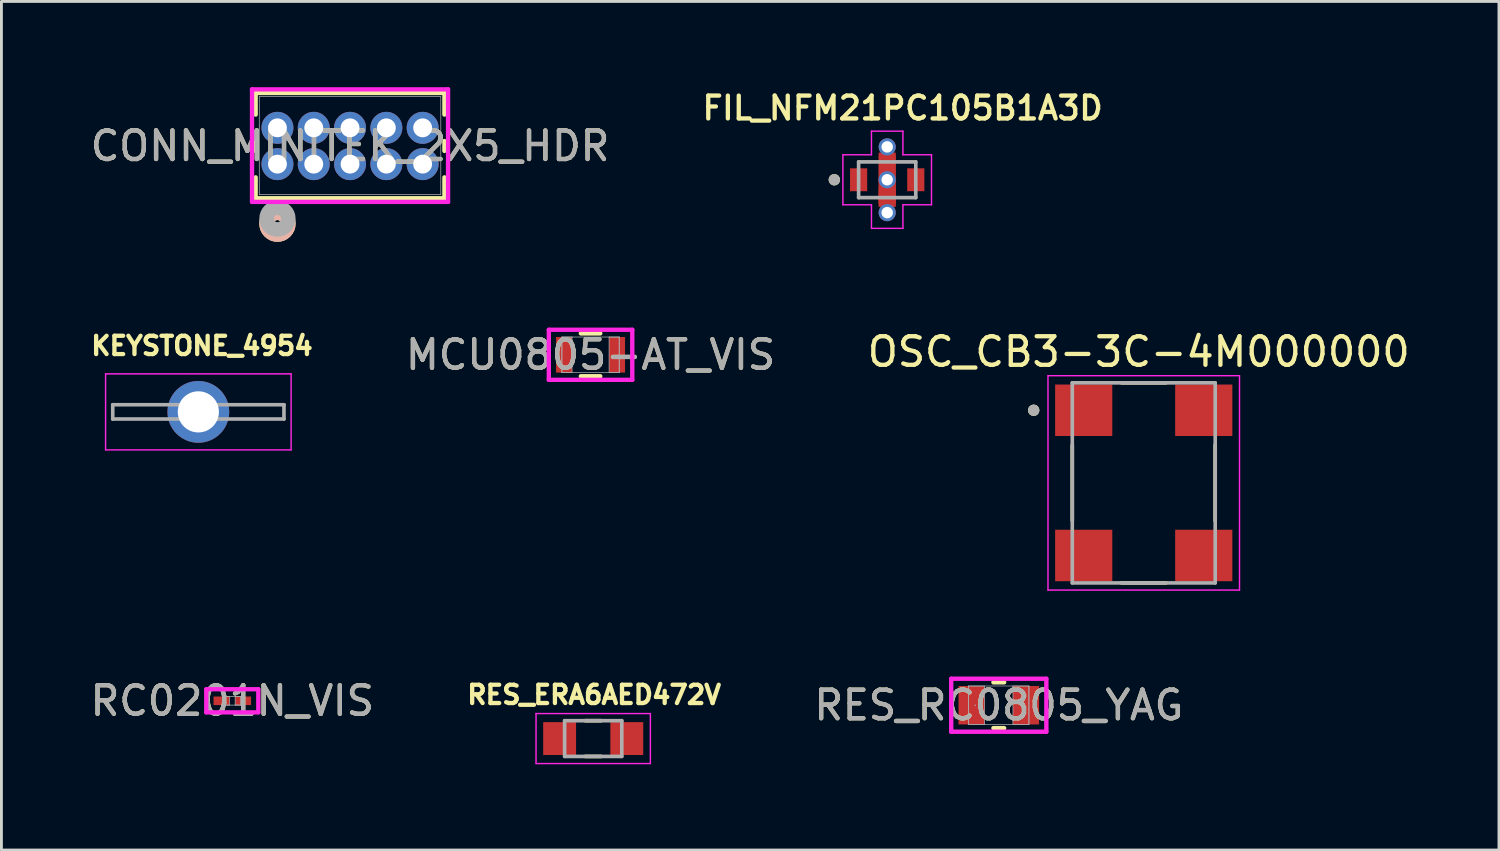
<source format=kicad_pcb>
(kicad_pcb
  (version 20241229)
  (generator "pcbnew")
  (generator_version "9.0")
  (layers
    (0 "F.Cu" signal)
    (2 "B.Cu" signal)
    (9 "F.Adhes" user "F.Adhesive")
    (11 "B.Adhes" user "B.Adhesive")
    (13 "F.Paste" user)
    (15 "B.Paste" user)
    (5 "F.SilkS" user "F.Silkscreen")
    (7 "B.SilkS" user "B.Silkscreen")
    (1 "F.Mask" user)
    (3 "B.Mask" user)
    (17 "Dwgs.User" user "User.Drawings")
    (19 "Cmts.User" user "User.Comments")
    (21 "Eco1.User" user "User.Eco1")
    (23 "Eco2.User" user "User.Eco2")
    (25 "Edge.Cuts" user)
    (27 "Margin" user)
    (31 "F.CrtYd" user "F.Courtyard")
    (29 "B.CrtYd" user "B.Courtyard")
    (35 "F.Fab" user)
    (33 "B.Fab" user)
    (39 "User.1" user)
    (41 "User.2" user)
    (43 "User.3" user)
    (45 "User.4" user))
  (footprint "RES_ERA6AED472V"
    (layer "F.Cu")
    (at 17.703 22.788)
    (property "Reference" "RES_ERA6AED472V" (at 0.032 -1.531 0) (layer "F.SilkS") (effects (font (size 0.64 0.64) (thickness 0.15))))
    (attr smd)
    (fp_line (start -0.28 -0.625) (end 0.28 -0.625) (stroke (width 0.127) (type solid)) (layer "F.SilkS"))
    (fp_line (start -0.28 0.625) (end 0.28 0.625) (stroke (width 0.127) (type solid)) (layer "F.SilkS"))
    (fp_line (start -2 -0.875) (end -2 0.875) (stroke (width 0.05) (type solid)) (layer "F.CrtYd"))
    (fp_line (start -2 0.875) (end 2 0.875) (stroke (width 0.05) (type solid)) (layer "F.CrtYd"))
    (fp_line (start 2 -0.875) (end -2 -0.875) (stroke (width 0.05) (type solid)) (layer "F.CrtYd"))
    (fp_line (start 2 0.875) (end 2 -0.875) (stroke (width 0.05) (type solid)) (layer "F.CrtYd"))
    (fp_line (start -1 -0.625) (end -1 0.625) (stroke (width 0.127) (type solid)) (layer "F.Fab"))
    (fp_line (start -1 -0.625) (end 1 -0.625) (stroke (width 0.127) (type solid)) (layer "F.Fab"))
    (fp_line (start -1 0.625) (end 1 0.625) (stroke (width 0.127) (type solid)) (layer "F.Fab"))
    (fp_line (start 1 -0.625) (end 1 0.625) (stroke (width 0.127) (type solid)) (layer "F.Fab"))
    (pad "1" smd rect (at -1.175 0) (size 1.15 1.15) (layers "F.Cu" "F.Mask" "F.Paste"))
    (pad "2" smd rect (at 1.175 0) (size 1.15 1.15) (layers "F.Cu" "F.Mask" "F.Paste")))
  (footprint "MCU0805-AT_VIS"
    (layer "F.Cu")
    (at 17.61 9.363)
    (property "Reference" "MCU0805-AT_VIS" (at 0 0 0) (unlocked yes) (layer "F.SilkS") (effects (font (size 1 1) (thickness 0.15))))
    (attr smd)
    (fp_line (start -0.34 0.749) (end 0.34 0.749) (stroke (width 0.152) (type solid)) (layer "F.SilkS"))
    (fp_line (start 0.34 -0.749) (end -0.34 -0.749) (stroke (width 0.152) (type solid)) (layer "F.SilkS"))
    (fp_line (start -1.46 -0.876) (end 1.46 -0.876) (stroke (width 0.152) (type solid)) (layer "F.CrtYd"))
    (fp_line (start -1.46 0.876) (end -1.46 -0.876) (stroke (width 0.152) (type solid)) (layer "F.CrtYd"))
    (fp_line (start 1.46 -0.876) (end 1.46 0.876) (stroke (width 0.152) (type solid)) (layer "F.CrtYd"))
    (fp_line (start 1.46 0.876) (end -1.46 0.876) (stroke (width 0.152) (type solid)) (layer "F.CrtYd"))
    (fp_line (start -1.003 -0.622) (end -1.003 0.622) (stroke (width 0.025) (type solid)) (layer "F.Fab"))
    (fp_line (start -1.003 -0.622) (end -1.003 0.622) (stroke (width 0.025) (type solid)) (layer "F.Fab"))
    (fp_line (start -1.003 0.622) (end -0.648 0.622) (stroke (width 0.025) (type solid)) (layer "F.Fab"))
    (fp_line (start -1.003 0.622) (end 1.003 0.622) (stroke (width 0.025) (type solid)) (layer "F.Fab"))
    (fp_line (start -0.648 -0.622) (end -1.003 -0.622) (stroke (width 0.025) (type solid)) (layer "F.Fab"))
    (fp_line (start -0.648 0.622) (end -0.648 -0.622) (stroke (width 0.025) (type solid)) (layer "F.Fab"))
    (fp_line (start 0.648 -0.622) (end 0.648 0.622) (stroke (width 0.025) (type solid)) (layer "F.Fab"))
    (fp_line (start 0.648 0.622) (end 1.003 0.622) (stroke (width 0.025) (type solid)) (layer "F.Fab"))
    (fp_line (start 1.003 -0.622) (end -1.003 -0.622) (stroke (width 0.025) (type solid)) (layer "F.Fab"))
    (fp_line (start 1.003 -0.622) (end 0.648 -0.622) (stroke (width 0.025) (type solid)) (layer "F.Fab"))
    (fp_line (start 1.003 0.622) (end 1.003 -0.622) (stroke (width 0.025) (type solid)) (layer "F.Fab"))
    (fp_line (start 1.003 0.622) (end 1.003 -0.622) (stroke (width 0.025) (type solid)) (layer "F.Fab"))
    (fp_text user "${REFERENCE}" (at 0 0 0) (unlocked yes) (layer "F.Fab") (effects (font (size 1 1) (thickness 0.15))))
    (pad "1" smd rect (at -0.927 0) (size 0.559 1.245) (layers "F.Cu" "F.Mask" "F.Paste"))
    (pad "2" smd rect (at 0.927 0) (size 0.559 1.245) (layers "F.Cu" "F.Mask" "F.Paste"))
    (zone (net_name "") (layer "F.Cu") (hatch full 0.508) (connect_pads) (min_thickness 0.254) (filled_areas_thickness no) (keepout (tracks not_allowed) (vias not_allowed) (pads allowed) (copperpour not_allowed) (footprints allowed)) (placement (enabled no)) (fill) (polygon (pts (xy 17.013 8.791) (xy 18.207 8.791) (xy 18.207 9.934) (xy 17.013 9.934)))))
  (footprint "KEYSTONE_4954"
    (layer "F.Cu")
    (at 3.889 11.359)
    (property "Reference" "KEYSTONE_4954" (at 0.127 -2.311 0) (layer "F.SilkS") (effects (font (size 0.64 0.64) (thickness 0.15))))
    (attr through_hole)
    (fp_line (start -3.245 -1.33) (end -3.245 1.33) (stroke (width 0.05) (type solid)) (layer "F.CrtYd"))
    (fp_line (start -3.245 1.33) (end 3.245 1.33) (stroke (width 0.05) (type solid)) (layer "F.CrtYd"))
    (fp_line (start 3.245 -1.33) (end -3.245 -1.33) (stroke (width 0.05) (type solid)) (layer "F.CrtYd"))
    (fp_line (start 3.245 1.33) (end 3.245 -1.33) (stroke (width 0.05) (type solid)) (layer "F.CrtYd"))
    (fp_line (start -2.995 -0.25) (end 2.995 -0.25) (stroke (width 0.127) (type solid)) (layer "F.Fab"))
    (fp_line (start -2.995 0.25) (end -2.995 -0.25) (stroke (width 0.127) (type solid)) (layer "F.Fab"))
    (fp_line (start 2.995 -0.25) (end 2.995 0.25) (stroke (width 0.127) (type solid)) (layer "F.Fab"))
    (fp_line (start 2.995 0.25) (end -2.995 0.25) (stroke (width 0.127) (type solid)) (layer "F.Fab"))
    (pad "TP" thru_hole circle (at 0 0) (size 2.16 2.16) (drill 1.44) (layers "*.Cu" "*.Mask")))
  (footprint "RES_RC0805_YAG"
    (layer "F.Cu")
    (at 31.892 21.622)
    (property "Reference" "RES_RC0805_YAG" (at 0 0 0) (unlocked yes) (layer "F.SilkS") (effects (font (size 1 1) (thickness 0.15))))
    (attr smd)
    (fp_line (start -0.188 0.8) (end 0.188 0.8) (stroke (width 0.152) (type solid)) (layer "F.SilkS"))
    (fp_line (start 0.188 -0.8) (end -0.188 -0.8) (stroke (width 0.152) (type solid)) (layer "F.SilkS"))
    (fp_line (start -1.664 -0.927) (end 1.664 -0.927) (stroke (width 0.152) (type solid)) (layer "F.CrtYd"))
    (fp_line (start -1.664 0.927) (end -1.664 -0.927) (stroke (width 0.152) (type solid)) (layer "F.CrtYd"))
    (fp_line (start 1.664 -0.927) (end 1.664 0.927) (stroke (width 0.152) (type solid)) (layer "F.CrtYd"))
    (fp_line (start 1.664 0.927) (end -1.664 0.927) (stroke (width 0.152) (type solid)) (layer "F.CrtYd"))
    (fp_line (start -1.054 -0.673) (end -1.054 0.673) (stroke (width 0.025) (type solid)) (layer "F.Fab"))
    (fp_line (start -1.054 -0.673) (end -1.054 0.673) (stroke (width 0.025) (type solid)) (layer "F.Fab"))
    (fp_line (start -1.054 0.673) (end -0.495 0.673) (stroke (width 0.025) (type solid)) (layer "F.Fab"))
    (fp_line (start -1.054 0.673) (end 1.054 0.673) (stroke (width 0.025) (type solid)) (layer "F.Fab"))
    (fp_line (start -0.495 -0.673) (end -1.054 -0.673) (stroke (width 0.025) (type solid)) (layer "F.Fab"))
    (fp_line (start -0.495 0.673) (end -0.495 -0.673) (stroke (width 0.025) (type solid)) (layer "F.Fab"))
    (fp_line (start 0.495 -0.673) (end 0.495 0.673) (stroke (width 0.025) (type solid)) (layer "F.Fab"))
    (fp_line (start 0.495 0.673) (end 1.054 0.673) (stroke (width 0.025) (type solid)) (layer "F.Fab"))
    (fp_line (start 1.054 -0.673) (end -1.054 -0.673) (stroke (width 0.025) (type solid)) (layer "F.Fab"))
    (fp_line (start 1.054 -0.673) (end 0.495 -0.673) (stroke (width 0.025) (type solid)) (layer "F.Fab"))
    (fp_line (start 1.054 0.673) (end 1.054 -0.673) (stroke (width 0.025) (type solid)) (layer "F.Fab"))
    (fp_line (start 1.054 0.673) (end 1.054 -0.673) (stroke (width 0.025) (type solid)) (layer "F.Fab"))
    (fp_circle (center -0.826 0) (end -0.826 0) (stroke (width 0.025) (type solid)) (fill no) (layer "F.Fab"))
    (fp_text user "${REFERENCE}" (at 0 0 0) (unlocked yes) (layer "F.Fab") (effects (font (size 1 1) (thickness 0.15))))
    (pad "1" smd rect (at -0.953 0) (size 0.914 1.346) (layers "F.Cu" "F.Mask" "F.Paste"))
    (pad "2" smd rect (at 0.953 0) (size 0.914 1.346) (layers "F.Cu" "F.Mask" "F.Paste"))
    (zone (net_name "") (layer "F.Cu") (hatch full 0.508) (connect_pads) (min_thickness 0.254) (filled_areas_thickness no) (keepout (tracks not_allowed) (vias not_allowed) (pads allowed) (copperpour not_allowed) (footprints allowed)) (placement (enabled no)) (fill) (polygon (pts (xy 31.448 20.999) (xy 32.337 20.999) (xy 32.337 22.244) (xy 31.448 22.244)))))
  (footprint "CONN_MINITEK_2X5_HDR"
    (layer "F.Cu")
    (at 9.196 2.057)
    (property "Reference" "CONN_MINITEK_2X5_HDR" (at 0 0 0) (unlocked yes) (layer "F.SilkS") (effects (font (size 1 1) (thickness 0.15))))
    (attr through_hole)
    (fp_line (start -3.302 -1.854) (end -3.302 -1.098) (stroke (width 0.152) (type solid)) (layer "F.SilkS"))
    (fp_line (start -3.302 -0.172) (end -3.302 0.172) (stroke (width 0.152) (type solid)) (layer "F.SilkS"))
    (fp_line (start -3.302 1.098) (end -3.302 1.829) (stroke (width 0.152) (type solid)) (layer "F.SilkS"))
    (fp_line (start -3.302 1.829) (end 3.302 1.829) (stroke (width 0.152) (type solid)) (layer "F.SilkS"))
    (fp_line (start 3.302 -1.854) (end -3.302 -1.854) (stroke (width 0.152) (type solid)) (layer "F.SilkS"))
    (fp_line (start 3.302 -1.098) (end 3.302 -1.854) (stroke (width 0.152) (type solid)) (layer "F.SilkS"))
    (fp_line (start 3.302 0.172) (end 3.302 -0.172) (stroke (width 0.152) (type solid)) (layer "F.SilkS"))
    (fp_line (start 3.302 1.829) (end 3.302 1.098) (stroke (width 0.152) (type solid)) (layer "F.SilkS"))
    (fp_circle (center -2.54 2.718) (end -2.159 2.718) (stroke (width 0.508) (type solid)) (fill no) (layer "F.SilkS"))
    (fp_circle (center -2.54 2.718) (end -2.159 2.718) (stroke (width 0.508) (type solid)) (fill no) (layer "B.SilkS"))
    (fp_line (start -3.429 -1.981) (end -3.429 1.956) (stroke (width 0.152) (type solid)) (layer "F.CrtYd"))
    (fp_line (start -3.429 1.956) (end 3.429 1.956) (stroke (width 0.152) (type solid)) (layer "F.CrtYd"))
    (fp_line (start 3.429 -1.981) (end -3.429 -1.981) (stroke (width 0.152) (type solid)) (layer "F.CrtYd"))
    (fp_line (start 3.429 1.956) (end 3.429 -1.981) (stroke (width 0.152) (type solid)) (layer "F.CrtYd"))
    (fp_line (start -3.175 -1.727) (end -3.175 1.702) (stroke (width 0.025) (type solid)) (layer "F.Fab"))
    (fp_line (start -3.175 1.702) (end 3.175 1.702) (stroke (width 0.025) (type solid)) (layer "F.Fab"))
    (fp_line (start 3.175 -1.727) (end -3.175 -1.727) (stroke (width 0.025) (type solid)) (layer "F.Fab"))
    (fp_line (start 3.175 1.702) (end 3.175 -1.727) (stroke (width 0.025) (type solid)) (layer "F.Fab"))
    (fp_circle (center -2.54 2.54) (end -2.159 2.54) (stroke (width 0.508) (type solid)) (fill no) (layer "F.Fab"))
    (fp_text user "${REFERENCE}" (at 0 0 0) (unlocked yes) (layer "F.Fab") (effects (font (size 1 1) (thickness 0.15))))
    (pad "1" thru_hole circle (at -2.54 0.635) (size 1.118 1.118) (drill 0.66) (layers "*.Cu" "*.Mask"))
    (pad "2" thru_hole circle (at -2.54 -0.635) (size 1.118 1.118) (drill 0.66) (layers "*.Cu" "*.Mask"))
    (pad "3" thru_hole circle (at -1.27 0.635) (size 1.118 1.118) (drill 0.66) (layers "*.Cu" "*.Mask"))
    (pad "4" thru_hole circle (at -1.27 -0.635) (size 1.118 1.118) (drill 0.66) (layers "*.Cu" "*.Mask"))
    (pad "5" thru_hole circle (at 0 0.635) (size 1.118 1.118) (drill 0.66) (layers "*.Cu" "*.Mask"))
    (pad "6" thru_hole circle (at 0 -0.635) (size 1.118 1.118) (drill 0.66) (layers "*.Cu" "*.Mask"))
    (pad "7" thru_hole circle (at 1.27 0.635) (size 1.118 1.118) (drill 0.66) (layers "*.Cu" "*.Mask"))
    (pad "8" thru_hole circle (at 1.27 -0.635) (size 1.118 1.118) (drill 0.66) (layers "*.Cu" "*.Mask"))
    (pad "9" thru_hole circle (at 2.54 0.635) (size 1.118 1.118) (drill 0.66) (layers "*.Cu" "*.Mask"))
    (pad "10" thru_hole circle (at 2.54 -0.635) (size 1.118 1.118) (drill 0.66) (layers "*.Cu" "*.Mask")))
  (footprint "RC0201N_VIS"
    (layer "F.Cu")
    (at 5.077 21.467)
    (property "Reference" "RC0201N_VIS" (at 0 0 0) (unlocked yes) (layer "F.SilkS") (effects (font (size 1 1) (thickness 0.15))))
    (attr smd)
    (fp_line (start -0.91 -0.404) (end 0.91 -0.404) (stroke (width 0.152) (type solid)) (layer "F.CrtYd"))
    (fp_line (start -0.91 0.404) (end -0.91 -0.404) (stroke (width 0.152) (type solid)) (layer "F.CrtYd"))
    (fp_line (start 0.91 -0.404) (end 0.91 0.404) (stroke (width 0.152) (type solid)) (layer "F.CrtYd"))
    (fp_line (start 0.91 0.404) (end -0.91 0.404) (stroke (width 0.152) (type solid)) (layer "F.CrtYd"))
    (fp_line (start -0.3 -0.15) (end -0.3 0.15) (stroke (width 0.025) (type solid)) (layer "F.Fab"))
    (fp_line (start -0.3 -0.15) (end -0.3 0.15) (stroke (width 0.025) (type solid)) (layer "F.Fab"))
    (fp_line (start -0.3 0.15) (end -0.1 0.15) (stroke (width 0.025) (type solid)) (layer "F.Fab"))
    (fp_line (start -0.3 0.15) (end 0.3 0.15) (stroke (width 0.025) (type solid)) (layer "F.Fab"))
    (fp_line (start -0.1 -0.15) (end -0.3 -0.15) (stroke (width 0.025) (type solid)) (layer "F.Fab"))
    (fp_line (start -0.1 0.15) (end -0.1 -0.15) (stroke (width 0.025) (type solid)) (layer "F.Fab"))
    (fp_line (start 0.1 -0.15) (end 0.1 0.15) (stroke (width 0.025) (type solid)) (layer "F.Fab"))
    (fp_line (start 0.1 0.15) (end 0.3 0.15) (stroke (width 0.025) (type solid)) (layer "F.Fab"))
    (fp_line (start 0.3 -0.15) (end -0.3 -0.15) (stroke (width 0.025) (type solid)) (layer "F.Fab"))
    (fp_line (start 0.3 -0.15) (end 0.1 -0.15) (stroke (width 0.025) (type solid)) (layer "F.Fab"))
    (fp_line (start 0.3 0.15) (end 0.3 -0.15) (stroke (width 0.025) (type solid)) (layer "F.Fab"))
    (fp_line (start 0.3 0.15) (end 0.3 -0.15) (stroke (width 0.025) (type solid)) (layer "F.Fab"))
    (fp_text user "${REFERENCE}" (at 0 0 0) (unlocked yes) (layer "F.Fab") (effects (font (size 1 1) (thickness 0.15))))
    (pad "1" smd rect (at -0.378 0) (size 0.556 0.3) (layers "F.Cu" "F.Mask" "F.Paste"))
    (pad "2" smd rect (at 0.378 0) (size 0.556 0.3) (layers "F.Cu" "F.Mask" "F.Paste"))
    (zone (net_name "") (layer "F.Cu") (hatch full 0.508) (connect_pads) (min_thickness 0.254) (filled_areas_thickness no) (keepout (tracks not_allowed) (vias not_allowed) (pads allowed) (copperpour not_allowed) (footprints allowed)) (placement (enabled no)) (fill) (polygon (pts (xy 5.028 21.367) (xy 5.127 21.367) (xy 5.127 21.566) (xy 5.028 21.566)))))
  (footprint "OSC_CB3-3C-4M000000"
    (layer "F.Cu")
    (at 36.963 13.843)
    (property "Reference" "OSC_CB3-3C-4M000000" (at -0.175 -4.585 0) (layer "F.SilkS") (effects (font (size 1 1) (thickness 0.15))))
    (attr smd)
    (fp_line (start -2.5 -1.32) (end -2.5 1.32) (stroke (width 0.127) (type solid)) (layer "F.SilkS"))
    (fp_line (start -0.78 -3.5) (end 0.78 -3.5) (stroke (width 0.127) (type solid)) (layer "F.SilkS"))
    (fp_line (start -0.78 3.5) (end 0.78 3.5) (stroke (width 0.127) (type solid)) (layer "F.SilkS"))
    (fp_line (start 2.5 -1.32) (end 2.5 1.32) (stroke (width 0.127) (type solid)) (layer "F.SilkS"))
    (fp_circle (center -3.85 -2.54) (end -3.75 -2.54) (stroke (width 0.2) (type solid)) (fill no) (layer "F.SilkS"))
    (fp_line (start -3.35 -3.75) (end -3.35 3.75) (stroke (width 0.05) (type solid)) (layer "F.CrtYd"))
    (fp_line (start -3.35 -3.75) (end 3.35 -3.75) (stroke (width 0.05) (type solid)) (layer "F.CrtYd"))
    (fp_line (start 3.35 -3.75) (end 3.35 3.75) (stroke (width 0.05) (type solid)) (layer "F.CrtYd"))
    (fp_line (start 3.35 3.75) (end -3.35 3.75) (stroke (width 0.05) (type solid)) (layer "F.CrtYd"))
    (fp_line (start -2.5 -3.5) (end -2.5 3.5) (stroke (width 0.127) (type solid)) (layer "F.Fab"))
    (fp_line (start -2.5 -3.5) (end 2.5 -3.5) (stroke (width 0.127) (type solid)) (layer "F.Fab"))
    (fp_line (start 2.5 -3.5) (end 2.5 3.5) (stroke (width 0.127) (type solid)) (layer "F.Fab"))
    (fp_line (start 2.5 3.5) (end -2.5 3.5) (stroke (width 0.127) (type solid)) (layer "F.Fab"))
    (fp_circle (center -3.85 -2.54) (end -3.75 -2.54) (stroke (width 0.2) (type solid)) (fill no) (layer "F.Fab"))
    (pad "1" smd rect (at -2.1 -2.54) (size 2 1.8) (layers "F.Cu" "F.Mask" "F.Paste"))
    (pad "2" smd rect (at -2.1 2.54) (size 2 1.8) (layers "F.Cu" "F.Mask" "F.Paste"))
    (pad "3" smd rect (at 2.1 2.54) (size 2 1.8) (layers "F.Cu" "F.Mask" "F.Paste"))
    (pad "4" smd rect (at 2.1 -2.54) (size 2 1.8) (layers "F.Cu" "F.Mask" "F.Paste")))
  (footprint "FIL_NFM21PC105B1A3D"
    (layer "F.Cu")
    (at 27.988 3.239)
    (property "Reference" "FIL_NFM21PC105B1A3D" (at 0.54 -2.508 0) (layer "F.SilkS") (effects (font (size 0.8 0.8) (thickness 0.15))))
    (attr smd)
    (fp_poly (pts (xy -1.3 -0.4) (xy -0.7 -0.4) (xy -0.7 0.4) (xy -1.3 0.4)) (stroke (width 0.01) (type solid)) (fill yes) (layer "F.Mask"))
    (fp_poly (pts (xy -0.3 -0.95) (xy 0.3 -0.95) (xy 0.3 -0.3) (xy -0.3 -0.3)) (stroke (width 0.01) (type solid)) (fill yes) (layer "F.Mask"))
    (fp_poly (pts (xy -0.3 0.3) (xy 0.3 0.3) (xy 0.3 0.95) (xy -0.3 0.95)) (stroke (width 0.01) (type solid)) (fill yes) (layer "F.Mask"))
    (fp_poly (pts (xy 0.7 -0.4) (xy 1.3 -0.4) (xy 1.3 0.4) (xy 0.7 0.4)) (stroke (width 0.01) (type solid)) (fill yes) (layer "F.Mask"))
    (fp_circle (center -1.85 0) (end -1.75 0) (stroke (width 0.2) (type solid)) (fill no) (layer "F.SilkS"))
    (fp_line (start -1.55 -0.875) (end -0.55 -0.875) (stroke (width 0.05) (type solid)) (layer "F.CrtYd"))
    (fp_line (start -1.55 0.875) (end -1.55 -0.875) (stroke (width 0.05) (type solid)) (layer "F.CrtYd"))
    (fp_line (start -0.55 -1.7) (end 0.55 -1.7) (stroke (width 0.05) (type solid)) (layer "F.CrtYd"))
    (fp_line (start -0.55 -0.875) (end -0.55 -1.7) (stroke (width 0.05) (type solid)) (layer "F.CrtYd"))
    (fp_line (start -0.55 0.875) (end -1.55 0.875) (stroke (width 0.05) (type solid)) (layer "F.CrtYd"))
    (fp_line (start -0.55 1.7) (end -0.55 0.875) (stroke (width 0.05) (type solid)) (layer "F.CrtYd"))
    (fp_line (start 0.55 -1.7) (end 0.55 -0.875) (stroke (width 0.05) (type solid)) (layer "F.CrtYd"))
    (fp_line (start 0.55 -0.875) (end 1.55 -0.875) (stroke (width 0.05) (type solid)) (layer "F.CrtYd"))
    (fp_line (start 0.55 0.875) (end 0.55 1.7) (stroke (width 0.05) (type solid)) (layer "F.CrtYd"))
    (fp_line (start 0.55 1.7) (end -0.55 1.7) (stroke (width 0.05) (type solid)) (layer "F.CrtYd"))
    (fp_line (start 1.55 -0.875) (end 1.55 0.875) (stroke (width 0.05) (type solid)) (layer "F.CrtYd"))
    (fp_line (start 1.55 0.875) (end 0.55 0.875) (stroke (width 0.05) (type solid)) (layer "F.CrtYd"))
    (fp_line (start -1 -0.625) (end -1 0.625) (stroke (width 0.127) (type solid)) (layer "F.Fab"))
    (fp_line (start -1 0.625) (end 1 0.625) (stroke (width 0.127) (type solid)) (layer "F.Fab"))
    (fp_line (start 1 -0.625) (end -1 -0.625) (stroke (width 0.127) (type solid)) (layer "F.Fab"))
    (fp_line (start 1 0.625) (end 1 -0.625) (stroke (width 0.127) (type solid)) (layer "F.Fab"))
    (fp_circle (center -1.85 0) (end -1.75 0) (stroke (width 0.2) (type solid)) (fill no) (layer "F.Fab"))
    (pad "1" smd rect (at -1 0) (size 0.6 0.8) (layers "F.Cu" "F.Paste"))
    (pad "2" smd custom (at 0 -0.625) (size 0.6 0.65) (layers "F.Cu" "F.Paste") (options (anchor rect)) (primitives (gr_poly (pts (xy -0.3 -0.225) (xy 0.3 -0.225) (xy 0.3 1.475) (xy -0.3 1.475)) (width 0.01) (fill yes))))
    (pad "2_1" smd rect (at 0 0.625) (size 0.6 0.65) (layers "F.Cu" "F.Paste"))
    (pad "2_2" thru_hole circle (at 0 -1.15) (size 0.6 0.6) (drill 0.4) (layers "*.Cu"))
    (pad "2_3" thru_hole circle (at 0 0) (size 0.6 0.6) (drill 0.4) (layers "*.Cu"))
    (pad "2_4" thru_hole circle (at 0 1.15) (size 0.6 0.6) (drill 0.4) (layers "*.Cu"))
    (pad "3" smd rect (at 1 0) (size 0.6 0.8) (layers "F.Cu" "F.Paste")))
  (gr_rect
    (start -3 -3)
    (end 49.39 26.688)
    (stroke (width 0.1) (type default))
    (fill no)
    (layer "Edge.Cuts")))
</source>
